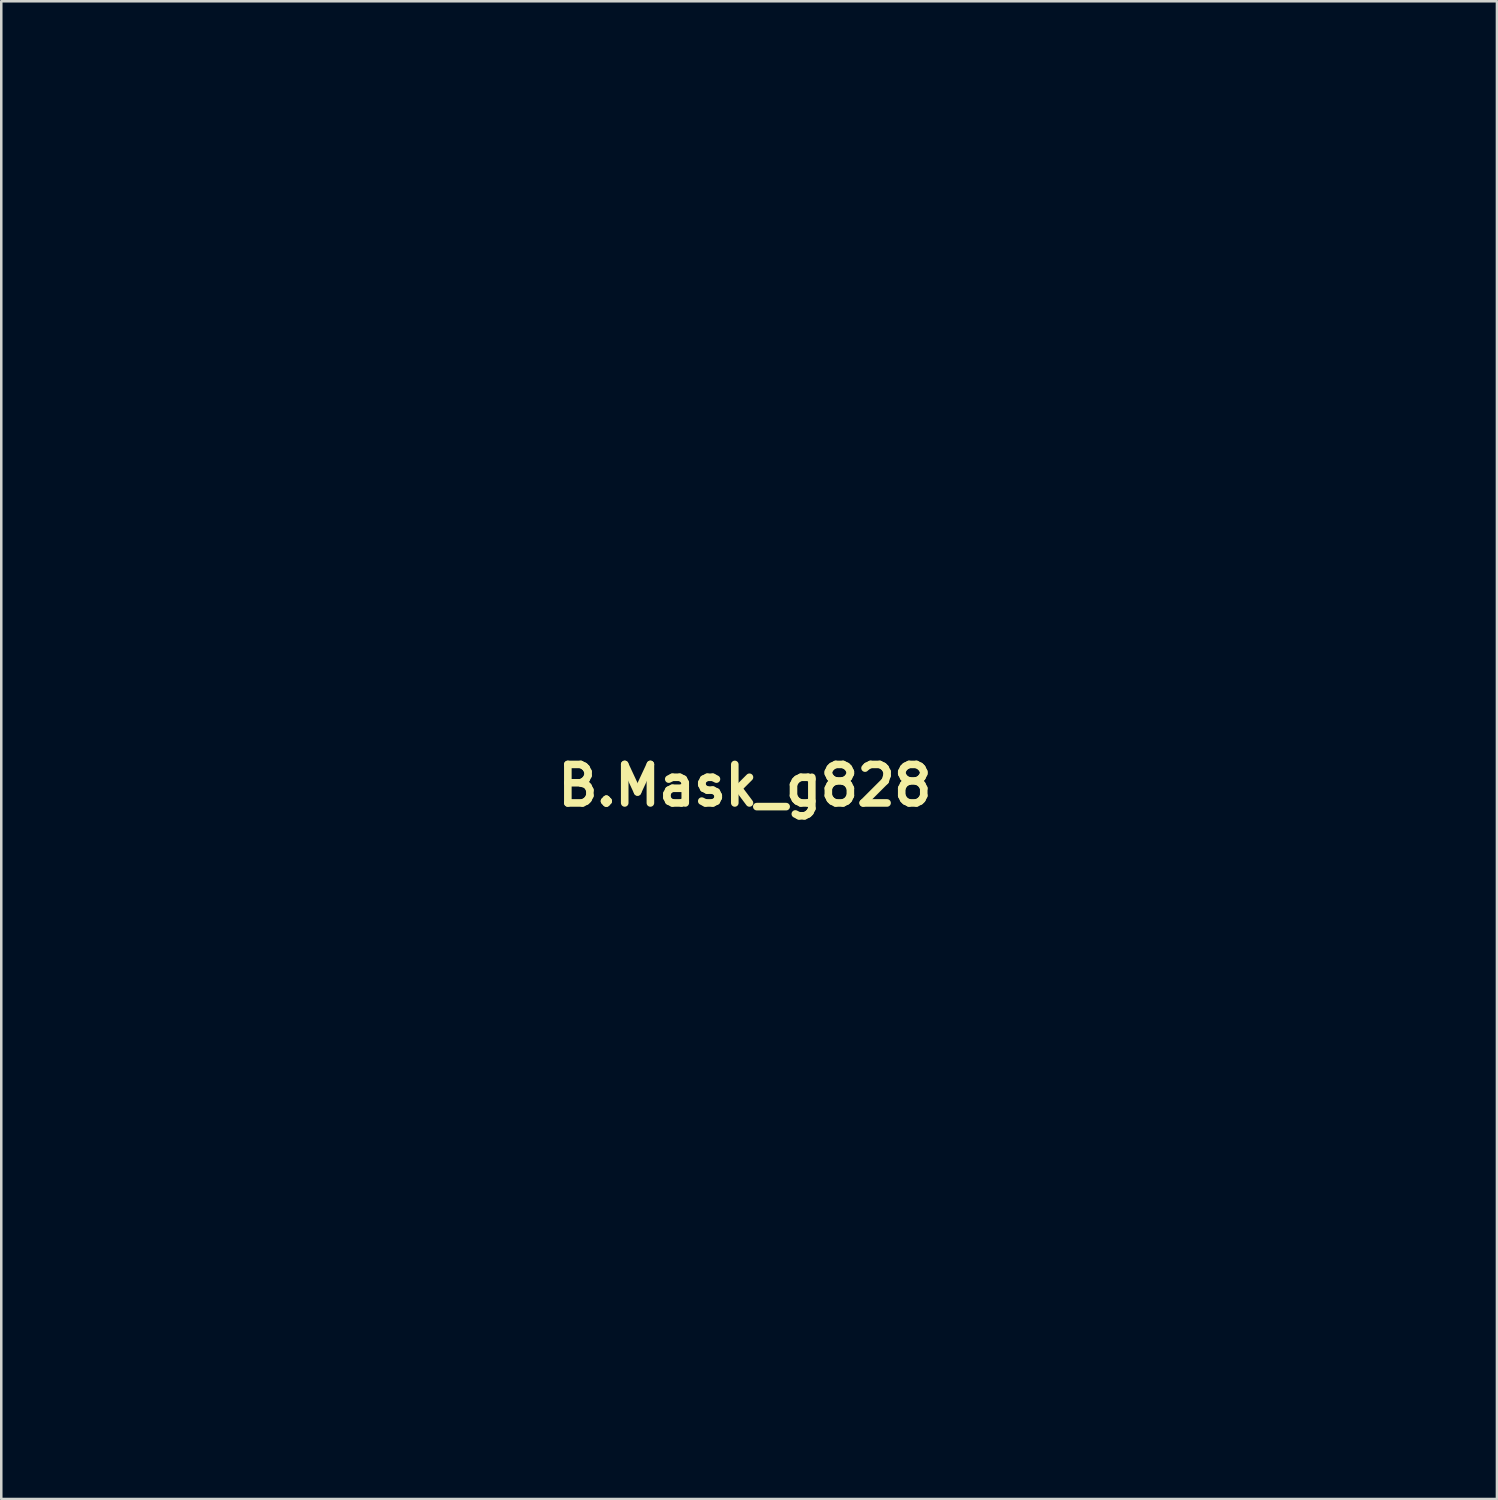
<source format=kicad_pcb>
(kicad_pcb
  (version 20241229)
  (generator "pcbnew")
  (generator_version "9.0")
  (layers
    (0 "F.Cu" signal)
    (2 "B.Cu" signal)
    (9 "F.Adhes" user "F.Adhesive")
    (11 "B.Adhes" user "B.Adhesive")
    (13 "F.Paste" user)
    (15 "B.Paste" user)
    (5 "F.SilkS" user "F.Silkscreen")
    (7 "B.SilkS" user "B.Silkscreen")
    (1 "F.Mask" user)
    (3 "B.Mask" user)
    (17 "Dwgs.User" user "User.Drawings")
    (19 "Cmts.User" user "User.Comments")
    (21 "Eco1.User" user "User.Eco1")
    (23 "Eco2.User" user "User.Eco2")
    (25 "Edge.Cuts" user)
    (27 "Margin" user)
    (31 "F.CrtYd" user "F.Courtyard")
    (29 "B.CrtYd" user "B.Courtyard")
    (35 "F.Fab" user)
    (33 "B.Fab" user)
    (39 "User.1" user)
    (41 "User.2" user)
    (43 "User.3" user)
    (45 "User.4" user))
  (footprint "B.Mask_g828"
    (layer "F.Cu")
    (at 26.416 28.024)
    (property "Reference" "B.Mask_g828" (at 0 0 0) (layer "F.SilkS") (effects (font (size 1.524 1.524) (thickness 0.3))))
    (attr through_hole)
    (fp_poly (pts (xy 15.744 21.275) (xy 15.95 21.324) (xy 16.057 21.366) (xy 16.175 21.436) (xy 16.291 21.534) (xy 16.392 21.646) (xy 16.462 21.757) (xy 16.487 21.811) (xy 16.504 21.86) (xy 16.514 21.913) (xy 16.519 21.983) (xy 16.52 22.079) (xy 16.52 22.13) (xy 16.519 22.243) (xy 16.515 22.325) (xy 16.506 22.39) (xy 16.49 22.448) (xy 16.466 22.512) (xy 16.459 22.531) (xy 16.368 22.724) (xy 16.257 22.911) (xy 16.12 23.098) (xy 15.955 23.291) (xy 15.756 23.496) (xy 15.735 23.517) (xy 15.421 23.797) (xy 15.072 24.065) (xy 14.696 24.315) (xy 14.301 24.543) (xy 13.892 24.746) (xy 13.478 24.919) (xy 13.095 25.05) (xy 12.853 25.115) (xy 12.608 25.165) (xy 12.37 25.2) (xy 12.148 25.218) (xy 11.949 25.218) (xy 11.849 25.209) (xy 11.622 25.166) (xy 11.427 25.096) (xy 11.264 24.999) (xy 11.134 24.876) (xy 11.036 24.727) (xy 10.975 24.561) (xy 10.952 24.446) (xy 10.945 24.338) (xy 10.957 24.219) (xy 10.975 24.119) (xy 11.037 23.917) (xy 11.138 23.705) (xy 11.276 23.487) (xy 11.449 23.265) (xy 11.654 23.041) (xy 11.891 22.817) (xy 12.156 22.594) (xy 12.448 22.376) (xy 12.765 22.164) (xy 12.939 22.057) (xy 13.069 21.983) (xy 13.228 21.9) (xy 13.405 21.812) (xy 13.588 21.725) (xy 13.766 21.645) (xy 13.928 21.576) (xy 14.046 21.53) (xy 14.369 21.423) (xy 14.68 21.342) (xy 14.976 21.286) (xy 15.254 21.256) (xy 15.511 21.252) (xy 15.744 21.275)) (stroke (width 0.01) (type solid)) (fill yes) (layer "B.Mask"))
    (fp_poly (pts (xy 24.649 -12.523) (xy 24.909 -12.395) (xy 25.149 -12.234) (xy 25.371 -12.038) (xy 25.574 -11.806) (xy 25.76 -11.538) (xy 25.931 -11.23) (xy 25.971 -11.15) (xy 26.092 -10.873) (xy 26.21 -10.562) (xy 26.322 -10.227) (xy 26.425 -9.874) (xy 26.518 -9.513) (xy 26.599 -9.153) (xy 26.664 -8.802) (xy 26.712 -8.469) (xy 26.734 -8.252) (xy 26.746 -7.978) (xy 26.735 -7.727) (xy 26.702 -7.501) (xy 26.647 -7.306) (xy 26.612 -7.221) (xy 26.542 -7.106) (xy 26.44 -6.983) (xy 26.311 -6.855) (xy 26.164 -6.729) (xy 26.004 -6.61) (xy 25.838 -6.503) (xy 25.675 -6.414) (xy 25.519 -6.347) (xy 25.432 -6.319) (xy 25.314 -6.299) (xy 25.171 -6.289) (xy 25.017 -6.291) (xy 24.868 -6.303) (xy 24.738 -6.325) (xy 24.733 -6.326) (xy 24.415 -6.427) (xy 24.112 -6.565) (xy 23.828 -6.739) (xy 23.565 -6.944) (xy 23.328 -7.179) (xy 23.118 -7.44) (xy 22.939 -7.725) (xy 22.794 -8.031) (xy 22.769 -8.096) (xy 22.699 -8.303) (xy 22.631 -8.544) (xy 22.566 -8.813) (xy 22.504 -9.102) (xy 22.447 -9.404) (xy 22.397 -9.712) (xy 22.354 -10.018) (xy 22.319 -10.315) (xy 22.295 -10.595) (xy 22.283 -10.851) (xy 22.281 -10.943) (xy 22.281 -11.089) (xy 22.286 -11.208) (xy 22.299 -11.31) (xy 22.321 -11.405) (xy 22.355 -11.504) (xy 22.405 -11.616) (xy 22.472 -11.753) (xy 22.494 -11.797) (xy 22.603 -11.993) (xy 22.715 -12.152) (xy 22.837 -12.282) (xy 22.975 -12.388) (xy 23.135 -12.476) (xy 23.257 -12.528) (xy 23.301 -12.545) (xy 23.341 -12.558) (xy 23.383 -12.567) (xy 23.433 -12.574) (xy 23.496 -12.579) (xy 23.579 -12.582) (xy 23.688 -12.583) (xy 23.83 -12.583) (xy 23.95 -12.583) (xy 24.5 -12.584) (xy 24.649 -12.523)) (stroke (width 0.01) (type solid)) (fill yes) (layer "B.Mask"))
    (fp_poly (pts (xy 14.973 -25.165) (xy 15.118 -25.156) (xy 15.244 -25.14) (xy 15.277 -25.134) (xy 15.545 -25.059) (xy 15.822 -24.944) (xy 16.111 -24.788) (xy 16.41 -24.591) (xy 16.72 -24.354) (xy 17.04 -24.075) (xy 17.371 -23.756) (xy 17.713 -23.396) (xy 17.764 -23.34) (xy 18.017 -23.05) (xy 18.235 -22.78) (xy 18.419 -22.53) (xy 18.569 -22.296) (xy 18.687 -22.078) (xy 18.773 -21.875) (xy 18.828 -21.684) (xy 18.853 -21.504) (xy 18.854 -21.495) (xy 18.848 -21.31) (xy 18.812 -21.115) (xy 18.743 -20.905) (xy 18.642 -20.677) (xy 18.537 -20.482) (xy 18.411 -20.288) (xy 18.27 -20.126) (xy 18.11 -19.995) (xy 17.927 -19.891) (xy 17.716 -19.811) (xy 17.472 -19.752) (xy 17.392 -19.738) (xy 17.257 -19.722) (xy 17.096 -19.712) (xy 16.922 -19.709) (xy 16.749 -19.713) (xy 16.592 -19.722) (xy 16.468 -19.737) (xy 16.127 -19.816) (xy 15.801 -19.935) (xy 15.49 -20.091) (xy 15.2 -20.284) (xy 15.137 -20.333) (xy 14.995 -20.457) (xy 14.834 -20.611) (xy 14.661 -20.792) (xy 14.479 -20.994) (xy 14.291 -21.211) (xy 14.104 -21.439) (xy 13.92 -21.672) (xy 13.743 -21.906) (xy 13.579 -22.135) (xy 13.431 -22.354) (xy 13.304 -22.558) (xy 13.276 -22.606) (xy 13.201 -22.74) (xy 13.145 -22.854) (xy 13.104 -22.959) (xy 13.077 -23.065) (xy 13.06 -23.184) (xy 13.049 -23.327) (xy 13.044 -23.453) (xy 13.041 -23.629) (xy 13.043 -23.772) (xy 13.051 -23.879) (xy 13.058 -23.92) (xy 13.107 -24.079) (xy 13.185 -24.245) (xy 13.284 -24.402) (xy 13.396 -24.538) (xy 13.458 -24.598) (xy 13.537 -24.657) (xy 13.643 -24.728) (xy 13.769 -24.804) (xy 13.907 -24.883) (xy 14.048 -24.958) (xy 14.183 -25.026) (xy 14.304 -25.082) (xy 14.404 -25.121) (xy 14.445 -25.134) (xy 14.545 -25.152) (xy 14.674 -25.163) (xy 14.821 -25.167) (xy 14.973 -25.165)) (stroke (width 0.01) (type solid)) (fill yes) (layer "B.Mask"))
    (fp_poly (pts (xy -24.149 -6.704) (xy -23.996 -6.671) (xy -23.829 -6.599) (xy -23.65 -6.49) (xy -23.46 -6.343) (xy -23.261 -6.161) (xy -23.26 -6.16) (xy -23.078 -5.969) (xy -22.926 -5.784) (xy -22.795 -5.594) (xy -22.678 -5.386) (xy -22.647 -5.326) (xy -22.596 -5.22) (xy -22.555 -5.127) (xy -22.523 -5.039) (xy -22.499 -4.951) (xy -22.481 -4.856) (xy -22.47 -4.748) (xy -22.463 -4.618) (xy -22.46 -4.461) (xy -22.458 -4.271) (xy -22.458 -4.212) (xy -22.46 -3.948) (xy -22.465 -3.718) (xy -22.474 -3.514) (xy -22.487 -3.328) (xy -22.506 -3.15) (xy -22.53 -2.974) (xy -22.545 -2.881) (xy -22.574 -2.721) (xy -22.612 -2.54) (xy -22.657 -2.346) (xy -22.706 -2.145) (xy -22.759 -1.945) (xy -22.812 -1.754) (xy -22.864 -1.579) (xy -22.913 -1.427) (xy -22.957 -1.305) (xy -22.977 -1.256) (xy -23.043 -1.132) (xy -23.135 -0.996) (xy -23.246 -0.856) (xy -23.368 -0.72) (xy -23.495 -0.594) (xy -23.621 -0.486) (xy -23.738 -0.402) (xy -23.815 -0.361) (xy -23.945 -0.32) (xy -24.11 -0.293) (xy -24.303 -0.282) (xy -24.519 -0.288) (xy -24.659 -0.299) (xy -24.911 -0.343) (xy -25.141 -0.42) (xy -25.345 -0.529) (xy -25.504 -0.646) (xy -25.665 -0.787) (xy -25.82 -0.945) (xy -25.96 -1.11) (xy -26.078 -1.273) (xy -26.157 -1.408) (xy -26.203 -1.516) (xy -26.25 -1.655) (xy -26.295 -1.816) (xy -26.334 -1.986) (xy -26.355 -2.095) (xy -26.387 -2.329) (xy -26.405 -2.596) (xy -26.411 -2.887) (xy -26.406 -3.198) (xy -26.389 -3.52) (xy -26.363 -3.848) (xy -26.327 -4.176) (xy -26.282 -4.496) (xy -26.228 -4.801) (xy -26.167 -5.087) (xy -26.099 -5.345) (xy -26.025 -5.569) (xy -26.006 -5.617) (xy -25.892 -5.856) (xy -25.754 -6.067) (xy -25.596 -6.247) (xy -25.42 -6.394) (xy -25.266 -6.485) (xy -25.122 -6.545) (xy -24.951 -6.599) (xy -24.763 -6.645) (xy -24.572 -6.68) (xy -24.389 -6.701) (xy -24.225 -6.708) (xy -24.149 -6.704)) (stroke (width 0.01) (type solid)) (fill yes) (layer "B.Mask"))
    (fp_poly (pts (xy -11.314 -28.018) (xy -11.137 -28.01) (xy -10.993 -27.996) (xy -10.874 -27.976) (xy -10.769 -27.947) (xy -10.67 -27.907) (xy -10.599 -27.872) (xy -10.492 -27.8) (xy -10.374 -27.696) (xy -10.251 -27.567) (xy -10.129 -27.419) (xy -10.014 -27.259) (xy -9.91 -27.093) (xy -9.847 -26.976) (xy -9.765 -26.778) (xy -9.717 -26.578) (xy -9.704 -26.372) (xy -9.725 -26.156) (xy -9.781 -25.926) (xy -9.872 -25.678) (xy -9.935 -25.537) (xy -10.102 -25.233) (xy -10.302 -24.955) (xy -10.534 -24.704) (xy -10.798 -24.481) (xy -10.954 -24.372) (xy -11.078 -24.294) (xy -11.185 -24.233) (xy -11.292 -24.18) (xy -11.415 -24.128) (xy -11.492 -24.098) (xy -11.663 -24.038) (xy -11.862 -23.98) (xy -12.085 -23.924) (xy -12.326 -23.871) (xy -12.581 -23.821) (xy -12.845 -23.776) (xy -13.112 -23.735) (xy -13.378 -23.699) (xy -13.638 -23.669) (xy -13.887 -23.646) (xy -14.12 -23.631) (xy -14.332 -23.623) (xy -14.518 -23.624) (xy -14.673 -23.634) (xy -14.792 -23.655) (xy -14.796 -23.656) (xy -14.869 -23.679) (xy -14.964 -23.716) (xy -15.062 -23.758) (xy -15.092 -23.772) (xy -15.307 -23.883) (xy -15.485 -23.995) (xy -15.63 -24.113) (xy -15.747 -24.239) (xy -15.841 -24.379) (xy -15.879 -24.45) (xy -15.92 -24.537) (xy -15.952 -24.611) (xy -15.975 -24.68) (xy -15.992 -24.751) (xy -16.002 -24.832) (xy -16.008 -24.931) (xy -16.011 -25.054) (xy -16.011 -25.21) (xy -16.011 -25.273) (xy -16.009 -25.453) (xy -16.005 -25.598) (xy -15.997 -25.716) (xy -15.984 -25.814) (xy -15.965 -25.9) (xy -15.937 -25.981) (xy -15.9 -26.065) (xy -15.853 -26.159) (xy -15.843 -26.178) (xy -15.715 -26.39) (xy -15.561 -26.587) (xy -15.38 -26.769) (xy -15.17 -26.939) (xy -14.929 -27.098) (xy -14.655 -27.245) (xy -14.346 -27.383) (xy -14.001 -27.513) (xy -13.617 -27.636) (xy -13.25 -27.737) (xy -12.802 -27.845) (xy -12.386 -27.928) (xy -12.002 -27.984) (xy -11.65 -28.014) (xy -11.331 -28.019) (xy -11.314 -28.018)) (stroke (width 0.01) (type solid)) (fill yes) (layer "B.Mask"))
    (fp_poly (pts (xy 0.45 11.042) (xy 0.631 11.048) (xy 0.796 11.058) (xy 0.878 11.066) (xy 1.228 11.113) (xy 1.604 11.176) (xy 1.995 11.253) (xy 2.389 11.343) (xy 2.731 11.43) (xy 2.934 11.486) (xy 3.103 11.536) (xy 3.243 11.583) (xy 3.361 11.63) (xy 3.463 11.681) (xy 3.555 11.738) (xy 3.644 11.805) (xy 3.737 11.886) (xy 3.838 11.983) (xy 3.876 12.021) (xy 4.051 12.208) (xy 4.186 12.381) (xy 4.281 12.541) (xy 4.328 12.658) (xy 4.355 12.78) (xy 4.372 12.93) (xy 4.377 13.095) (xy 4.372 13.262) (xy 4.356 13.417) (xy 4.344 13.483) (xy 4.263 13.772) (xy 4.144 14.052) (xy 3.99 14.314) (xy 3.836 14.518) (xy 3.655 14.698) (xy 3.44 14.857) (xy 3.192 14.995) (xy 2.913 15.109) (xy 2.607 15.2) (xy 2.405 15.243) (xy 2.329 15.256) (xy 2.253 15.266) (xy 2.17 15.274) (xy 2.074 15.28) (xy 1.959 15.285) (xy 1.818 15.289) (xy 1.645 15.291) (xy 1.503 15.293) (xy 1.327 15.294) (xy 1.154 15.294) (xy 0.992 15.293) (xy 0.847 15.29) (xy 0.728 15.287) (xy 0.642 15.283) (xy 0.624 15.281) (xy 0.161 15.234) (xy -0.261 15.176) (xy -0.643 15.108) (xy -0.984 15.03) (xy -1.285 14.941) (xy -1.546 14.842) (xy -1.767 14.732) (xy -1.949 14.612) (xy -2.091 14.482) (xy -2.141 14.422) (xy -2.241 14.264) (xy -2.333 14.072) (xy -2.416 13.842) (xy -2.488 13.589) (xy -2.525 13.422) (xy -2.543 13.277) (xy -2.544 13.141) (xy -2.537 13.06) (xy -2.523 12.972) (xy -2.503 12.871) (xy -2.478 12.765) (xy -2.451 12.665) (xy -2.425 12.581) (xy -2.403 12.522) (xy -2.392 12.503) (xy -2.37 12.473) (xy -2.333 12.42) (xy -2.291 12.357) (xy -2.154 12.172) (xy -1.988 11.983) (xy -1.803 11.801) (xy -1.61 11.637) (xy -1.465 11.53) (xy -1.227 11.388) (xy -0.964 11.263) (xy -0.691 11.162) (xy -0.421 11.09) (xy -0.359 11.078) (xy -0.243 11.062) (xy -0.094 11.051) (xy 0.078 11.044) (xy 0.262 11.041) (xy 0.45 11.042)) (stroke (width 0.01) (type solid)) (fill yes) (layer "B.Mask")))
  (gr_rect
    (start -3 -3)
    (end 56.167 56.247)
    (stroke (width 0.1) (type default))
    (fill no)
    (layer "Edge.Cuts")))
</source>
